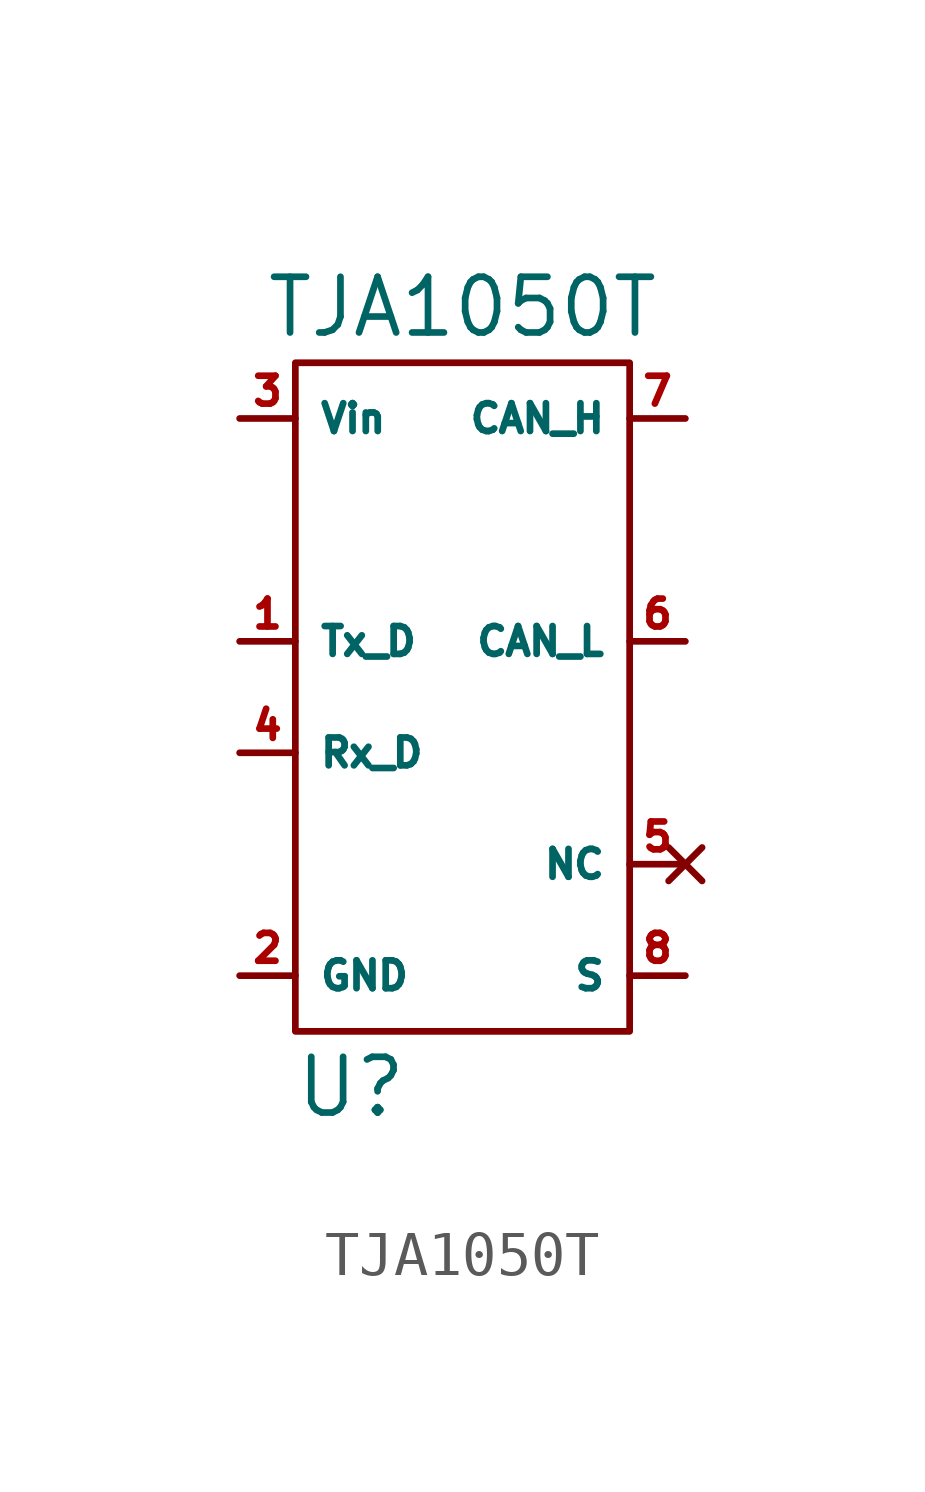
<source format=kicad_sym>
(kicad_symbol_lib
  (version 20211014)
  (generator kicad_symbol_editor)
  (symbol "TJA1050T"
    (property "Reference" "U"
      (at -2.54 -10.16 0)
      (effects (font (size 1.27 1.27))))
    (property "Value" "TJA1050T"
      (at 0 7.62 0)
      (effects (font (size 1.27 1.27))))
    (symbol "TJA1050T_0_1"
      (rectangle (start -3.81 6.35) (end 3.81 -8.89) (stroke (width 0) (type default) (color 0 0 0 0)) (fill (type none))))
    (symbol "TJA1050T_1_1"
      (pin input line (at -5.08 0 0) (length 1.27) (name "Tx_D" (effects (font (size 0.635 0.635)))) (number "1" (effects (font (size 0.635 0.635)))))
      (pin power_in line (at -5.08 -7.62 0) (length 1.27) (name "GND" (effects (font (size 0.635 0.635)))) (number "2" (effects (font (size 0.635 0.635)))))
      (pin power_in line (at -5.08 5.08 0) (length 1.27) (name "Vin" (effects (font (size 0.635 0.635)))) (number "3" (effects (font (size 0.635 0.635)))))
      (pin output line (at -5.08 -2.54 0) (length 1.27) (name "Rx_D" (effects (font (size 0.635 0.635)))) (number "4" (effects (font (size 0.635 0.635)))))
      (pin no_connect line (at 5.08 -5.08 180) (length 1.27) (name "NC" (effects (font (size 0.635 0.635)))) (number "5" (effects (font (size 0.635 0.635)))))
      (pin bidirectional line (at 5.08 0 180) (length 1.27) (name "CAN_L" (effects (font (size 0.635 0.635)))) (number "6" (effects (font (size 0.635 0.635)))))
      (pin bidirectional line (at 5.08 5.08 180) (length 1.27) (name "CAN_H" (effects (font (size 0.635 0.635)))) (number "7" (effects (font (size 0.635 0.635)))))
      (pin input line (at 5.08 -7.62 180) (length 1.27) (name "S" (effects (font (size 0.635 0.635)))) (number "8" (effects (font (size 0.635 0.635))))))))
</source>
